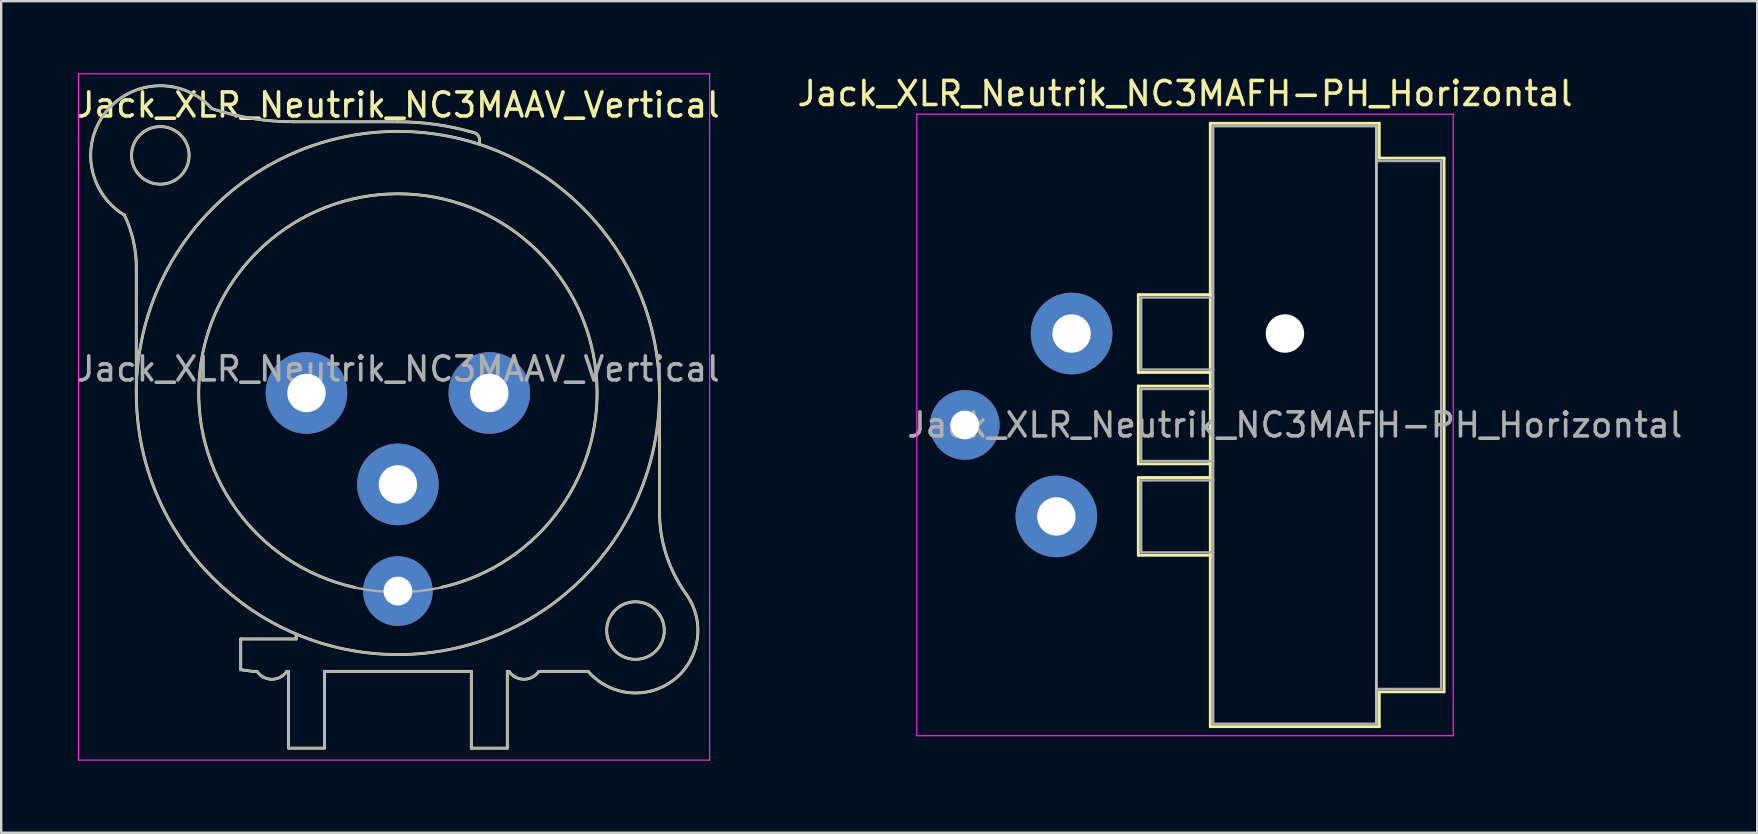
<source format=kicad_pcb>
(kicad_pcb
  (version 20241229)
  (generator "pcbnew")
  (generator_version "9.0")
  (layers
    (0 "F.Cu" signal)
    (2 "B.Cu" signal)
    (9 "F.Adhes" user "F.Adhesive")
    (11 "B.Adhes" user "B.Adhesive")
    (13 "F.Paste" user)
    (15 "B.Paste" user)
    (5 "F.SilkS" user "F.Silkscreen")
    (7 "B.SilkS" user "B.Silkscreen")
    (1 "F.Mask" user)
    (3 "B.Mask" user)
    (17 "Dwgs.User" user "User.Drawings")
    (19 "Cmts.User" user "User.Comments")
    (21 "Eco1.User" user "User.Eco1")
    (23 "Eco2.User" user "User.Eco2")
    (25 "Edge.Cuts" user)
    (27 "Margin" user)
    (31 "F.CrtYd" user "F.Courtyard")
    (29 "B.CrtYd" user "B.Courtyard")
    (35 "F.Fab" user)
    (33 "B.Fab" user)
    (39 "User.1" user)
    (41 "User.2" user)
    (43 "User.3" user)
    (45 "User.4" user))
  (footprint "Jack_XLR_Neutrik_NC3MAFH-PH_Horizontal"
    (layer "F.Cu")
    (at 41.602 10.848)
    (property "Reference" "Jack_XLR_Neutrik_NC3MAFH-PH_Horizontal" (at 4.725 -10 0) (layer "F.SilkS") (effects (font (size 1 1) (thickness 0.15))))
    (attr through_hole)
    (fp_line (start 2.78 -1.62) (end 2.78 1.62) (stroke (width 0.12) (type solid)) (layer "F.SilkS"))
    (fp_line (start 2.78 2.19) (end 2.78 5.43) (stroke (width 0.12) (type solid)) (layer "F.SilkS"))
    (fp_line (start 2.78 6) (end 2.78 9.24) (stroke (width 0.12) (type solid)) (layer "F.SilkS"))
    (fp_line (start 5.78 -1.62) (end 2.78 -1.62) (stroke (width 0.12) (type solid)) (layer "F.SilkS"))
    (fp_line (start 5.78 1.62) (end 2.78 1.62) (stroke (width 0.12) (type solid)) (layer "F.SilkS"))
    (fp_line (start 5.78 2.19) (end 2.78 2.19) (stroke (width 0.12) (type solid)) (layer "F.SilkS"))
    (fp_line (start 5.78 5.43) (end 2.78 5.43) (stroke (width 0.12) (type solid)) (layer "F.SilkS"))
    (fp_line (start 5.78 6) (end 2.78 6) (stroke (width 0.12) (type solid)) (layer "F.SilkS"))
    (fp_line (start 5.78 9.24) (end 2.78 9.24) (stroke (width 0.12) (type solid)) (layer "F.SilkS"))
    (fp_line (start 5.78 16.38) (end 5.78 -8.76) (stroke (width 0.12) (type solid)) (layer "F.SilkS"))
    (fp_line (start 12.82 -8.76) (end 5.78 -8.76) (stroke (width 0.12) (type solid)) (layer "F.SilkS"))
    (fp_line (start 12.82 -8.76) (end 12.82 -7.31) (stroke (width 0.12) (type solid)) (layer "F.SilkS"))
    (fp_line (start 12.82 -7.31) (end 15.52 -7.31) (stroke (width 0.12) (type solid)) (layer "F.SilkS"))
    (fp_line (start 12.82 14.93) (end 12.82 16.38) (stroke (width 0.12) (type solid)) (layer "F.SilkS"))
    (fp_line (start 12.82 14.93) (end 15.52 14.93) (stroke (width 0.12) (type solid)) (layer "F.SilkS"))
    (fp_line (start 12.82 16.38) (end 5.78 16.38) (stroke (width 0.12) (type solid)) (layer "F.SilkS"))
    (fp_line (start 15.52 -7.31) (end 15.52 14.93) (stroke (width 0.12) (type solid)) (layer "F.SilkS"))
    (fp_line (start 12.7 -8.64) (end 12.7 16.26) (stroke (width 0.1) (type solid)) (layer "Dwgs.User"))
    (fp_line (start -6.45 -9.14) (end -6.45 16.76) (stroke (width 0.05) (type solid)) (layer "F.CrtYd"))
    (fp_line (start 15.9 -9.14) (end -6.45 -9.14) (stroke (width 0.05) (type solid)) (layer "F.CrtYd"))
    (fp_line (start 15.9 -9.14) (end 15.9 16.76) (stroke (width 0.05) (type solid)) (layer "F.CrtYd"))
    (fp_line (start 15.9 16.76) (end -6.45 16.76) (stroke (width 0.05) (type solid)) (layer "F.CrtYd"))
    (fp_line (start 2.9 -1.5) (end 2.9 1.5) (stroke (width 0.1) (type solid)) (layer "F.Fab"))
    (fp_line (start 2.9 2.31) (end 2.9 5.31) (stroke (width 0.1) (type solid)) (layer "F.Fab"))
    (fp_line (start 2.9 6.12) (end 2.9 9.12) (stroke (width 0.1) (type solid)) (layer "F.Fab"))
    (fp_line (start 2.9 9.12) (end 5.9 9.12) (stroke (width 0.1) (type solid)) (layer "F.Fab"))
    (fp_line (start 5.9 -8.64) (end 12.7 -8.64) (stroke (width 0.1) (type solid)) (layer "F.Fab"))
    (fp_line (start 5.9 -1.5) (end 2.9 -1.5) (stroke (width 0.1) (type solid)) (layer "F.Fab"))
    (fp_line (start 5.9 1.5) (end 2.9 1.5) (stroke (width 0.1) (type solid)) (layer "F.Fab"))
    (fp_line (start 5.9 2.31) (end 2.9 2.31) (stroke (width 0.1) (type solid)) (layer "F.Fab"))
    (fp_line (start 5.9 5.31) (end 2.9 5.31) (stroke (width 0.1) (type solid)) (layer "F.Fab"))
    (fp_line (start 5.9 6.12) (end 2.9 6.12) (stroke (width 0.1) (type solid)) (layer "F.Fab"))
    (fp_line (start 5.9 16.26) (end 5.9 -8.64) (stroke (width 0.1) (type solid)) (layer "F.Fab"))
    (fp_line (start 12.7 -8.64) (end 12.7 16.26) (stroke (width 0.1) (type solid)) (layer "F.Fab"))
    (fp_line (start 12.7 -7.19) (end 15.4 -7.19) (stroke (width 0.1) (type solid)) (layer "F.Fab"))
    (fp_line (start 12.7 16.26) (end 5.9 16.26) (stroke (width 0.1) (type solid)) (layer "F.Fab"))
    (fp_line (start 15.4 -7.19) (end 15.4 14.81) (stroke (width 0.1) (type solid)) (layer "F.Fab"))
    (fp_line (start 15.4 14.81) (end 12.7 14.81) (stroke (width 0.1) (type solid)) (layer "F.Fab"))
    (fp_text user "${REFERENCE}" (at 9.3 3.81 0) (layer "F.Fab") (effects (font (size 1 1) (thickness 0.15))))
    (pad "" np_thru_hole circle (at 8.89 0) (size 1.6 1.6) (drill 1.6) (layers "*.Cu" "*.Mask"))
    (pad "1" thru_hole circle (at 0 0) (size 3.4 3.4) (drill 1.6) (layers "*.Cu" "*.Mask"))
    (pad "2" thru_hole circle (at -0.635 7.62) (size 3.4 3.4) (drill 1.6) (layers "*.Cu" "*.Mask"))
    (pad "3" thru_hole circle (at -4.45 3.81) (size 2.9 2.9) (drill 1.2) (layers "*.Cu" "*.Mask")))
  (footprint "Jack_XLR_Neutrik_NC3MAAV_Vertical"
    (layer "F.Cu")
    (at 9.72 13.325)
    (property "Reference" "Jack_XLR_Neutrik_NC3MAAV_Vertical" (at 3.81 -12 0) (layer "F.SilkS") (effects (font (size 1 1) (thickness 0.15))))
    (attr through_hole)
    (fp_line (start -7.09 -5.24) (end -7.09 0) (stroke (width 0.12) (type solid)) (layer "F.SilkS"))
    (fp_line (start -2.74 11.53) (end -2.74 10.25) (stroke (width 0.12) (type solid)) (layer "F.SilkS"))
    (fp_line (start -2.74 11.53) (end -2.24 11.6) (stroke (width 0.12) (type solid)) (layer "F.SilkS"))
    (fp_line (start -2.24 11.6) (end -2.06 11.6) (stroke (width 0.12) (type solid)) (layer "F.SilkS"))
    (fp_line (start -0.75 11.6) (end -0.82 11.6) (stroke (width 0.12) (type solid)) (layer "F.SilkS"))
    (fp_line (start -0.75 11.6) (end -0.75 14.8) (stroke (width 0.12) (type solid)) (layer "F.SilkS"))
    (fp_line (start -0.43 10.25) (end -2.74 10.25) (stroke (width 0.12) (type solid)) (layer "F.SilkS"))
    (fp_line (start -0.43 10.25) (end -0.43 10.05) (stroke (width 0.12) (type solid)) (layer "F.SilkS"))
    (fp_line (start 0.75 11.6) (end 0.75 14.8) (stroke (width 0.12) (type solid)) (layer "F.SilkS"))
    (fp_line (start 0.75 11.6) (end 6.87 11.6) (stroke (width 0.12) (type solid)) (layer "F.SilkS"))
    (fp_line (start 0.75 14.8) (end -0.75 14.8) (stroke (width 0.12) (type solid)) (layer "F.SilkS"))
    (fp_line (start 3.81 -11.3) (end -0.53 -11.3) (stroke (width 0.12) (type solid)) (layer "F.SilkS"))
    (fp_line (start 6.87 11.6) (end 6.87 14.8) (stroke (width 0.12) (type solid)) (layer "F.SilkS"))
    (fp_line (start 7.21 -10.36) (end 7.21 -10.55) (stroke (width 0.12) (type solid)) (layer "F.SilkS"))
    (fp_line (start 8.37 11.6) (end 8.37 14.8) (stroke (width 0.12) (type solid)) (layer "F.SilkS"))
    (fp_line (start 8.37 11.6) (end 8.44 11.6) (stroke (width 0.12) (type solid)) (layer "F.SilkS"))
    (fp_line (start 8.37 14.8) (end 6.87 14.8) (stroke (width 0.12) (type solid)) (layer "F.SilkS"))
    (fp_line (start 9.68 11.6) (end 11.74 11.6) (stroke (width 0.12) (type solid)) (layer "F.SilkS"))
    (fp_line (start 14.71 4.95) (end 14.71 0) (stroke (width 0.12) (type solid)) (layer "F.SilkS"))
    (fp_arc (start -7.588965 -7.414421) (mid -8.331551 -11.74403) (end -3.94 -11.85) (stroke (width 0.12) (type solid)) (layer "F.SilkS"))
    (fp_arc (start -7.584615 -7.408295) (mid -7.215222 -6.351997) (end -7.09 -5.24) (stroke (width 0.12) (type solid)) (layer "F.SilkS"))
    (fp_arc (start -0.820521 11.600769) (mid -1.440464 11.928866) (end -2.06 11.6) (stroke (width 0.12) (type solid)) (layer "F.SilkS"))
    (fp_arc (start -0.53 -11.3) (mid -2.253923 -11.43719) (end -3.934451 -11.845305) (stroke (width 0.12) (type solid)) (layer "F.SilkS"))
    (fp_arc (start 2 8.1) (mid 3.802206 -8.299761) (end 5.635209 8.096586) (stroke (width 0.12) (type solid)) (layer "F.SilkS"))
    (fp_arc (start 3.81 -11.3) (mid 5.421707 -11.184471) (end 7.000458 -10.840248) (stroke (width 0.12) (type solid)) (layer "F.SilkS"))
    (fp_arc (start 7.004232 -10.837678) (mid 7.156013 -10.728814) (end 7.21 -10.55) (stroke (width 0.12) (type solid)) (layer "F.SilkS"))
    (fp_arc (start 9.679479 11.600769) (mid 9.059536 11.928866) (end 8.44 11.6) (stroke (width 0.12) (type solid)) (layer "F.SilkS"))
    (fp_arc (start 15.815277 8.372002) (mid 14.993173 6.748036) (end 14.71 4.95) (stroke (width 0.12) (type solid)) (layer "F.SilkS"))
    (fp_arc (start 15.815343 8.370807) (mid 15.326014 11.93946) (end 11.74 11.6) (stroke (width 0.12) (type solid)) (layer "F.SilkS"))
    (fp_circle (center -6.09 -9.9) (end -4.89 -9.9) (stroke (width 0.12) (type solid)) (fill no) (layer "F.SilkS"))
    (fp_circle (center 3.81 0) (end 14.71 0) (stroke (width 0.12) (type solid)) (fill no) (layer "F.SilkS"))
    (fp_circle (center 13.71 9.9) (end 14.91 9.9) (stroke (width 0.12) (type solid)) (fill no) (layer "F.SilkS"))
    (fp_line (start -9.5 -13.3) (end 16.8 -13.3) (stroke (width 0.05) (type solid)) (layer "F.CrtYd"))
    (fp_line (start -9.5 15.3) (end -9.5 -13.3) (stroke (width 0.05) (type solid)) (layer "F.CrtYd"))
    (fp_line (start 16.8 -13.3) (end 16.8 15.3) (stroke (width 0.05) (type solid)) (layer "F.CrtYd"))
    (fp_line (start 16.8 15.3) (end -9.5 15.3) (stroke (width 0.05) (type solid)) (layer "F.CrtYd"))
    (fp_line (start -7.09 -5.24) (end -7.09 0) (stroke (width 0.1) (type solid)) (layer "F.Fab"))
    (fp_line (start -2.74 11.53) (end -2.74 10.25) (stroke (width 0.1) (type solid)) (layer "F.Fab"))
    (fp_line (start -2.74 11.53) (end -2.24 11.6) (stroke (width 0.1) (type solid)) (layer "F.Fab"))
    (fp_line (start -2.24 11.6) (end -2.06 11.6) (stroke (width 0.1) (type solid)) (layer "F.Fab"))
    (fp_line (start -0.75 11.6) (end -0.82 11.6) (stroke (width 0.1) (type solid)) (layer "F.Fab"))
    (fp_line (start -0.75 11.6) (end -0.75 14.8) (stroke (width 0.1) (type solid)) (layer "F.Fab"))
    (fp_line (start -0.43 10.25) (end -2.74 10.25) (stroke (width 0.1) (type solid)) (layer "F.Fab"))
    (fp_line (start -0.43 10.25) (end -0.43 10.05) (stroke (width 0.1) (type solid)) (layer "F.Fab"))
    (fp_line (start 0.75 11.6) (end 0.75 14.8) (stroke (width 0.1) (type solid)) (layer "F.Fab"))
    (fp_line (start 0.75 11.6) (end 6.87 11.6) (stroke (width 0.1) (type solid)) (layer "F.Fab"))
    (fp_line (start 0.75 14.8) (end -0.75 14.8) (stroke (width 0.1) (type solid)) (layer "F.Fab"))
    (fp_line (start 3.81 -11.3) (end -0.53 -11.3) (stroke (width 0.1) (type solid)) (layer "F.Fab"))
    (fp_line (start 6.87 11.6) (end 6.87 14.8) (stroke (width 0.1) (type solid)) (layer "F.Fab"))
    (fp_line (start 7.21 -10.36) (end 7.21 -10.55) (stroke (width 0.1) (type solid)) (layer "F.Fab"))
    (fp_line (start 8.37 11.6) (end 8.37 14.8) (stroke (width 0.1) (type solid)) (layer "F.Fab"))
    (fp_line (start 8.37 11.6) (end 8.44 11.6) (stroke (width 0.1) (type solid)) (layer "F.Fab"))
    (fp_line (start 8.37 14.8) (end 6.87 14.8) (stroke (width 0.1) (type solid)) (layer "F.Fab"))
    (fp_line (start 9.68 11.6) (end 11.74 11.6) (stroke (width 0.1) (type solid)) (layer "F.Fab"))
    (fp_line (start 14.71 4.95) (end 14.71 0) (stroke (width 0.1) (type solid)) (layer "F.Fab"))
    (fp_arc (start -7.588965 -7.414421) (mid -8.331551 -11.74403) (end -3.94 -11.85) (stroke (width 0.1) (type solid)) (layer "F.Fab"))
    (fp_arc (start -7.584615 -7.408295) (mid -7.215222 -6.351997) (end -7.09 -5.24) (stroke (width 0.1) (type solid)) (layer "F.Fab"))
    (fp_arc (start -0.820521 11.600769) (mid -1.440464 11.928866) (end -2.06 11.6) (stroke (width 0.1) (type solid)) (layer "F.Fab"))
    (fp_arc (start -0.53 -11.3) (mid -2.253923 -11.43719) (end -3.934451 -11.845305) (stroke (width 0.1) (type solid)) (layer "F.Fab"))
    (fp_arc (start 3.81 -11.3) (mid 5.421707 -11.184471) (end 7.000458 -10.840248) (stroke (width 0.1) (type solid)) (layer "F.Fab"))
    (fp_arc (start 7.004232 -10.837678) (mid 7.156013 -10.728814) (end 7.21 -10.55) (stroke (width 0.1) (type solid)) (layer "F.Fab"))
    (fp_arc (start 9.679479 11.600769) (mid 9.059536 11.928866) (end 8.44 11.6) (stroke (width 0.1) (type solid)) (layer "F.Fab"))
    (fp_arc (start 15.815277 8.372002) (mid 14.993173 6.748036) (end 14.71 4.95) (stroke (width 0.1) (type solid)) (layer "F.Fab"))
    (fp_arc (start 15.815343 8.370807) (mid 15.326014 11.93946) (end 11.74 11.6) (stroke (width 0.1) (type solid)) (layer "F.Fab"))
    (fp_circle (center -6.09 -9.9) (end -4.89 -9.9) (stroke (width 0.1) (type solid)) (fill no) (layer "F.Fab"))
    (fp_circle (center 3.81 0) (end 12.11 0) (stroke (width 0.1) (type solid)) (fill no) (layer "F.Fab"))
    (fp_circle (center 3.81 0) (end 14.71 0) (stroke (width 0.1) (type solid)) (fill no) (layer "F.Fab"))
    (fp_circle (center 13.71 9.9) (end 14.91 9.9) (stroke (width 0.1) (type solid)) (fill no) (layer "F.Fab"))
    (fp_text user "${REFERENCE}" (at 3.81 -1 0) (layer "F.Fab") (effects (font (size 1 1) (thickness 0.15))))
    (pad "1" thru_hole circle (at 0 0) (size 3.4 3.4) (drill 1.6) (layers "*.Cu" "*.Mask"))
    (pad "2" thru_hole circle (at 7.62 0) (size 3.4 3.4) (drill 1.6) (layers "*.Cu" "*.Mask"))
    (pad "3" thru_hole circle (at 3.81 3.81) (size 3.4 3.4) (drill 1.6) (layers "*.Cu" "*.Mask"))
    (pad "G" thru_hole circle (at 3.81 8.255) (size 2.9 2.9) (drill 1.2) (layers "*.Cu" "*.Mask")))
  (gr_rect
    (start -3 -3)
    (end 70.17 31.65)
    (stroke (width 0.1) (type default))
    (fill no)
    (layer "Edge.Cuts")))
</source>
